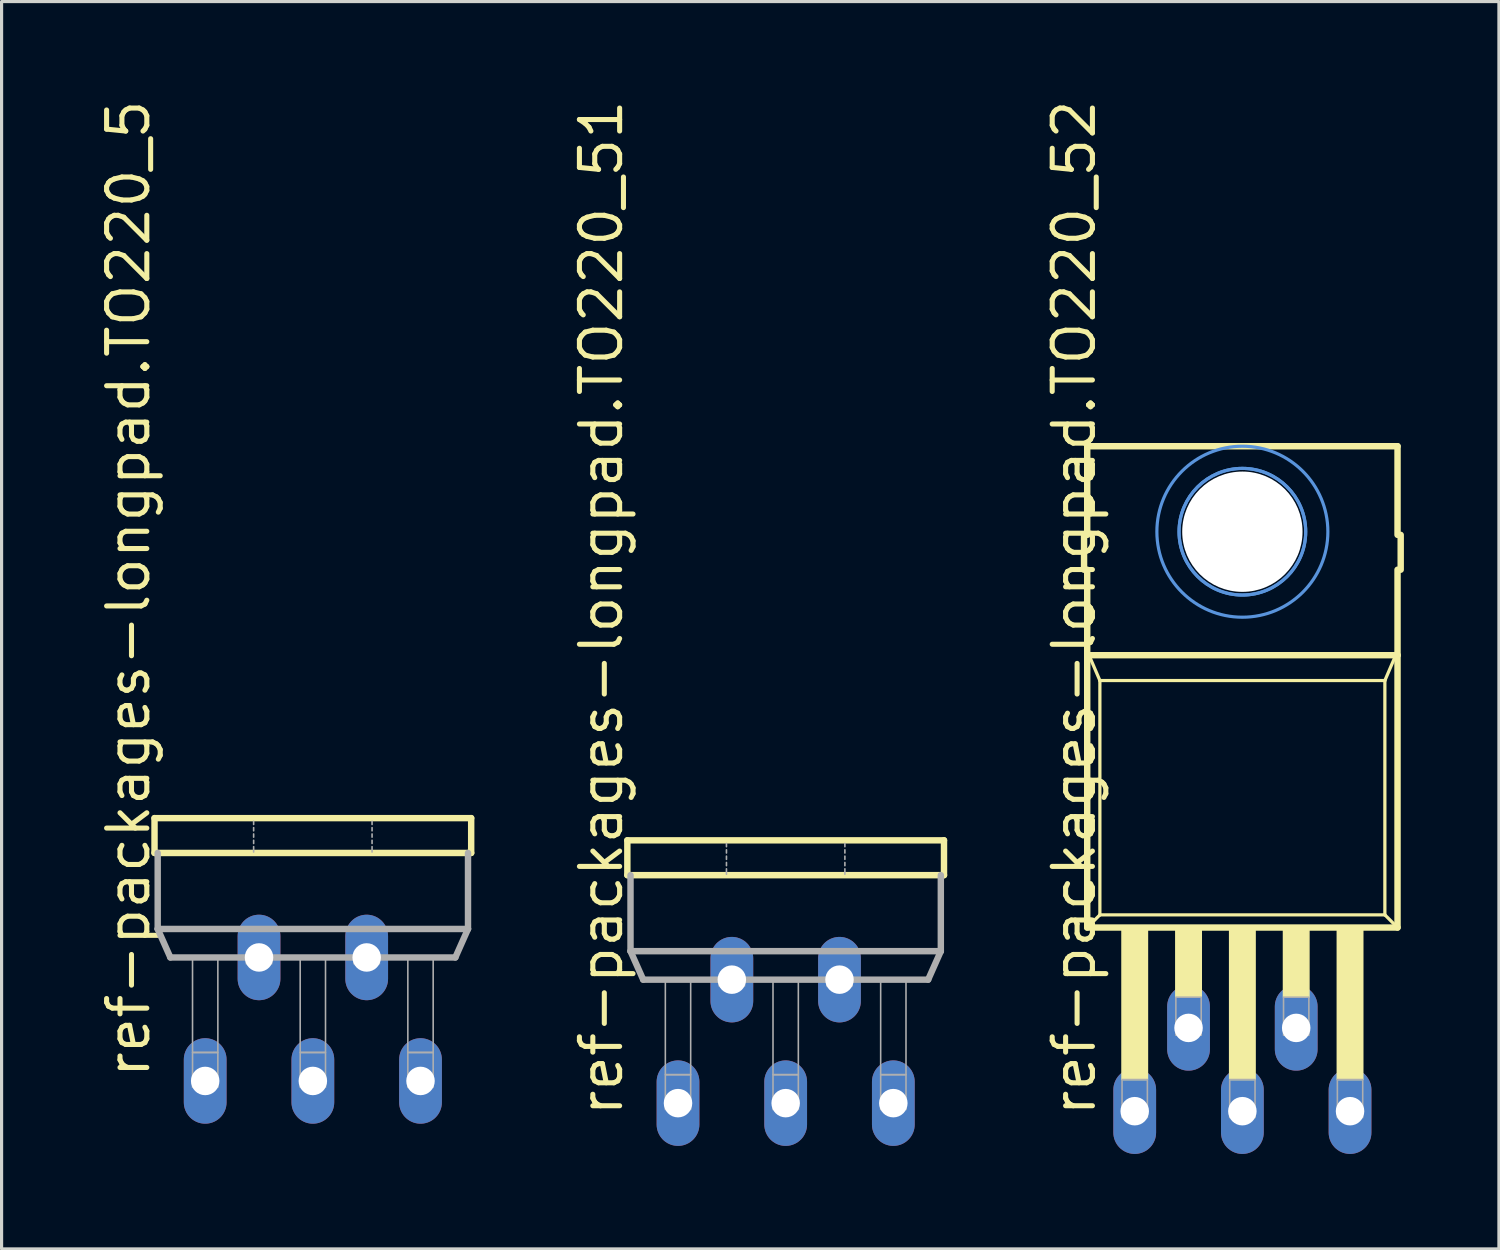
<source format=kicad_pcb>
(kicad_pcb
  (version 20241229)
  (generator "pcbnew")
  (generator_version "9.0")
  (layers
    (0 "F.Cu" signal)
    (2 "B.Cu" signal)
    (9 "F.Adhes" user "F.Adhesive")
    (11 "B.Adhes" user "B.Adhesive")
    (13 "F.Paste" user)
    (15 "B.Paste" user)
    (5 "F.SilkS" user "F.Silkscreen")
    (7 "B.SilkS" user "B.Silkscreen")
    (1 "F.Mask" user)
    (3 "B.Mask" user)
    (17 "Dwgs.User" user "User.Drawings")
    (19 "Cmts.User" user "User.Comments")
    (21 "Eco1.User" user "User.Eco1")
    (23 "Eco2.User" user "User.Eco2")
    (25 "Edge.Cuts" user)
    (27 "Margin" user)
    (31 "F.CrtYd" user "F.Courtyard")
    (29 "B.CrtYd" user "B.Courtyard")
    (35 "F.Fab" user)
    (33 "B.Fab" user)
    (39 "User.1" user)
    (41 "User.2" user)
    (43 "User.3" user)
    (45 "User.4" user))
  (footprint "ref-packages-longpad.TO220_52"
    (layer "F.Cu")
    (at 36.185 10.942)
    (property "Reference" "ref-packages-longpad.TO220_52" (at -4.572 21.336 90) (layer "F.SilkS") (effects (font (size 1.27 1.27) (thickness 0.16)) (justify left bottom)))
    (attr through_hole)
    (fp_line (start -5 2.9) (end -5 4) (stroke (width 0.203) (type default)) (layer "F.SilkS"))
    (fp_line (start -4.9 0.1) (end -4.9 2.9) (stroke (width 0.203) (type default)) (layer "F.SilkS"))
    (fp_line (start -4.9 4) (end -4.9 6.7) (stroke (width 0.203) (type default)) (layer "F.SilkS"))
    (fp_line (start -4.9 6.7) (end -4.9 15.3) (stroke (width 0.203) (type default)) (layer "F.SilkS"))
    (fp_line (start -4.9 6.7) (end 4.9 6.7) (stroke (width 0.203) (type default)) (layer "F.SilkS"))
    (fp_line (start -4.9 15.3) (end -4.5 14.9) (stroke (width 0.102) (type default)) (layer "F.SilkS"))
    (fp_line (start -4.9 15.3) (end 4.9 15.3) (stroke (width 0.203) (type default)) (layer "F.SilkS"))
    (fp_line (start -4.5 7.5) (end -4.8 6.8) (stroke (width 0.102) (type default)) (layer "F.SilkS"))
    (fp_line (start -4.5 7.5) (end -4.5 14.9) (stroke (width 0.102) (type default)) (layer "F.SilkS"))
    (fp_line (start -4.5 14.9) (end 4.5 14.9) (stroke (width 0.102) (type default)) (layer "F.SilkS"))
    (fp_line (start 4.5 7.5) (end -4.5 7.5) (stroke (width 0.102) (type default)) (layer "F.SilkS"))
    (fp_line (start 4.5 7.5) (end 4.8 6.8) (stroke (width 0.102) (type default)) (layer "F.SilkS"))
    (fp_line (start 4.5 14.9) (end 4.5 7.5) (stroke (width 0.102) (type default)) (layer "F.SilkS"))
    (fp_line (start 4.5 14.9) (end 4.9 15.3) (stroke (width 0.102) (type default)) (layer "F.SilkS"))
    (fp_line (start 4.9 0.1) (end -4.9 0.1) (stroke (width 0.203) (type default)) (layer "F.SilkS"))
    (fp_line (start 4.9 2.9) (end 4.9 0.1) (stroke (width 0.203) (type default)) (layer "F.SilkS"))
    (fp_line (start 4.9 6.7) (end 4.9 4) (stroke (width 0.203) (type default)) (layer "F.SilkS"))
    (fp_line (start 4.9 15.3) (end 4.9 6.7) (stroke (width 0.203) (type default)) (layer "F.SilkS"))
    (fp_line (start 5 4) (end 5 2.9) (stroke (width 0.203) (type default)) (layer "F.SilkS"))
    (fp_rect (start -3.8 20.1) (end -3 15.3) (stroke (width 0.05) (type default)) (fill yes) (layer "F.SilkS"))
    (fp_rect (start -2.1 17.5) (end -1.3 15.3) (stroke (width 0.05) (type default)) (fill yes) (layer "F.SilkS"))
    (fp_rect (start -0.4 20.1) (end 0.4 15.3) (stroke (width 0.05) (type default)) (fill yes) (layer "F.SilkS"))
    (fp_rect (start 1.3 17.5) (end 2.1 15.3) (stroke (width 0.05) (type default)) (fill yes) (layer "F.SilkS"))
    (fp_rect (start 3 20.1) (end 3.8 15.3) (stroke (width 0.05) (type default)) (fill yes) (layer "F.SilkS"))
    (fp_circle (center 0 2.8) (end 2 2.8) (stroke (width 0.1) (type default)) (fill no) (layer "Cmts.User"))
    (fp_circle (center 0 2.8) (end 2 2.8) (stroke (width 0.1) (type default)) (fill no) (layer "Cmts.User"))
    (fp_circle (center 0 2.8) (end 2.7 2.8) (stroke (width 0.1) (type default)) (fill no) (layer "Cmts.User"))
    (fp_rect (start -3.8 21.3) (end -3 20.1) (stroke (width 0.05) (type default)) (fill no) (layer "F.Fab"))
    (fp_rect (start -2.1 18.7) (end -1.3 17.5) (stroke (width 0.05) (type default)) (fill no) (layer "F.Fab"))
    (fp_rect (start -0.4 21.3) (end 0.4 20.1) (stroke (width 0.05) (type default)) (fill no) (layer "F.Fab"))
    (fp_rect (start 1.3 18.7) (end 2.1 17.5) (stroke (width 0.05) (type default)) (fill no) (layer "F.Fab"))
    (fp_rect (start 3 21.3) (end 3.8 20.1) (stroke (width 0.05) (type default)) (fill no) (layer "F.Fab"))
    (pad "" np_thru_hole circle (at 0 2.8) (size 3.8 3.8) (drill 3.8) (layers "*.Cu" "*.Mask"))
    (pad "1" thru_hole oval (at -3.4 21.1 90) (size 2.7 1.35) (drill 0.9) (layers "*.Cu" "*.Mask"))
    (pad "2" thru_hole oval (at -1.7 18.47 90) (size 2.7 1.35) (drill 0.9) (layers "*.Cu" "*.Mask"))
    (pad "3" thru_hole oval (at 0 21.1 90) (size 2.7 1.35) (drill 0.9) (layers "*.Cu" "*.Mask"))
    (pad "4" thru_hole oval (at 1.7 18.47 90) (size 2.7 1.35) (drill 0.9) (layers "*.Cu" "*.Mask"))
    (pad "5" thru_hole oval (at 3.4 21.1 90) (size 2.7 1.35) (drill 0.9) (layers "*.Cu" "*.Mask")))
  (footprint "ref-packages-longpad.TO220_51"
    (layer "F.Cu")
    (at 21.762 23.388)
    (property "Reference" "ref-packages-longpad.TO220_51" (at -5.08 8.89 90) (layer "F.SilkS") (effects (font (size 1.27 1.27) (thickness 0.16)) (justify left bottom)))
    (attr through_hole)
    (fp_line (start -5 0.1) (end -5 1.2) (stroke (width 0.203) (type default)) (layer "F.SilkS"))
    (fp_line (start -5 1.2) (end 5 1.2) (stroke (width 0.203) (type default)) (layer "F.SilkS"))
    (fp_line (start 5 0.1) (end -5 0.1) (stroke (width 0.203) (type default)) (layer "F.SilkS"))
    (fp_line (start 5 1.2) (end 5 0.1) (stroke (width 0.203) (type default)) (layer "F.SilkS"))
    (fp_line (start -4.9 1.2) (end -4.9 3.6) (stroke (width 0.203) (type default)) (layer "F.Fab"))
    (fp_line (start -4.9 3.6) (end -4.5 4.5) (stroke (width 0.203) (type default)) (layer "F.Fab"))
    (fp_line (start -4.9 3.6) (end 4.9 3.6) (stroke (width 0.203) (type default)) (layer "F.Fab"))
    (fp_line (start -4.5 4.5) (end 4.5 4.5) (stroke (width 0.203) (type default)) (layer "F.Fab"))
    (fp_line (start -1.87 0.2) (end -1.87 0.3) (stroke (width 0.051) (type default)) (layer "F.Fab"))
    (fp_line (start -1.87 0.4) (end -1.87 0.5) (stroke (width 0.051) (type default)) (layer "F.Fab"))
    (fp_line (start -1.87 0.6) (end -1.87 0.7) (stroke (width 0.051) (type default)) (layer "F.Fab"))
    (fp_line (start -1.87 0.8) (end -1.87 0.9) (stroke (width 0.051) (type default)) (layer "F.Fab"))
    (fp_line (start -1.87 1) (end -1.87 1.17) (stroke (width 0.051) (type default)) (layer "F.Fab"))
    (fp_line (start 1.87 0.3) (end 1.87 0.2) (stroke (width 0.051) (type default)) (layer "F.Fab"))
    (fp_line (start 1.87 0.5) (end 1.87 0.4) (stroke (width 0.051) (type default)) (layer "F.Fab"))
    (fp_line (start 1.87 0.7) (end 1.87 0.6) (stroke (width 0.051) (type default)) (layer "F.Fab"))
    (fp_line (start 1.87 0.9) (end 1.87 0.8) (stroke (width 0.051) (type default)) (layer "F.Fab"))
    (fp_line (start 1.87 1.17) (end 1.87 1) (stroke (width 0.051) (type default)) (layer "F.Fab"))
    (fp_line (start 4.5 4.5) (end 4.9 3.6) (stroke (width 0.203) (type default)) (layer "F.Fab"))
    (fp_line (start 4.9 3.6) (end 4.9 1.2) (stroke (width 0.203) (type default)) (layer "F.Fab"))
    (fp_rect (start -3.8 7.5) (end -3 4.5) (stroke (width 0.05) (type default)) (fill no) (layer "F.Fab"))
    (fp_rect (start -3.8 8.6) (end -3 7.5) (stroke (width 0.05) (type default)) (fill no) (layer "F.Fab"))
    (fp_rect (start -2.1 4.7) (end -1.3 4.5) (stroke (width 0.05) (type default)) (fill no) (layer "F.Fab"))
    (fp_rect (start -0.4 7.5) (end 0.4 4.5) (stroke (width 0.05) (type default)) (fill no) (layer "F.Fab"))
    (fp_rect (start -0.4 8.6) (end 0.4 7.5) (stroke (width 0.05) (type default)) (fill no) (layer "F.Fab"))
    (fp_rect (start 1.3 4.7) (end 2.1 4.5) (stroke (width 0.05) (type default)) (fill no) (layer "F.Fab"))
    (fp_rect (start 3 7.5) (end 3.8 4.5) (stroke (width 0.05) (type default)) (fill no) (layer "F.Fab"))
    (fp_rect (start 3 8.6) (end 3.8 7.5) (stroke (width 0.05) (type default)) (fill no) (layer "F.Fab"))
    (pad "1" thru_hole oval (at -3.4 8.4 90) (size 2.7 1.35) (drill 0.9) (layers "*.Cu" "*.Mask"))
    (pad "2" thru_hole oval (at -1.7 4.5 90) (size 2.7 1.35) (drill 0.9) (layers "*.Cu" "*.Mask"))
    (pad "3" thru_hole oval (at 0 8.4 90) (size 2.7 1.35) (drill 0.9) (layers "*.Cu" "*.Mask"))
    (pad "4" thru_hole oval (at 1.7 4.5 90) (size 2.7 1.35) (drill 0.9) (layers "*.Cu" "*.Mask"))
    (pad "5" thru_hole oval (at 3.4 8.4 90) (size 2.7 1.35) (drill 0.9) (layers "*.Cu" "*.Mask")))
  (footprint "ref-packages-longpad.TO220_5"
    (layer "F.Cu")
    (at 6.83 22.687)
    (property "Reference" "ref-packages-longpad.TO220_5" (at -5.08 8.382 90) (layer "F.SilkS") (effects (font (size 1.27 1.27) (thickness 0.16)) (justify left bottom)))
    (attr through_hole)
    (fp_line (start -5 0.1) (end -5 1.2) (stroke (width 0.203) (type default)) (layer "F.SilkS"))
    (fp_line (start -5 1.2) (end 5 1.2) (stroke (width 0.203) (type default)) (layer "F.SilkS"))
    (fp_line (start 5 0.1) (end -5 0.1) (stroke (width 0.203) (type default)) (layer "F.SilkS"))
    (fp_line (start 5 1.2) (end 5 0.1) (stroke (width 0.203) (type default)) (layer "F.SilkS"))
    (fp_line (start -4.9 1.2) (end -4.9 3.6) (stroke (width 0.203) (type default)) (layer "F.Fab"))
    (fp_line (start -4.9 3.6) (end -4.5 4.5) (stroke (width 0.203) (type default)) (layer "F.Fab"))
    (fp_line (start -4.9 3.6) (end 4.9 3.6) (stroke (width 0.203) (type default)) (layer "F.Fab"))
    (fp_line (start -4.5 4.5) (end 4.5 4.5) (stroke (width 0.203) (type default)) (layer "F.Fab"))
    (fp_line (start -1.87 0.2) (end -1.87 0.3) (stroke (width 0.051) (type default)) (layer "F.Fab"))
    (fp_line (start -1.87 0.4) (end -1.87 0.5) (stroke (width 0.051) (type default)) (layer "F.Fab"))
    (fp_line (start -1.87 0.6) (end -1.87 0.7) (stroke (width 0.051) (type default)) (layer "F.Fab"))
    (fp_line (start -1.87 0.8) (end -1.87 0.9) (stroke (width 0.051) (type default)) (layer "F.Fab"))
    (fp_line (start -1.87 1) (end -1.87 1.17) (stroke (width 0.051) (type default)) (layer "F.Fab"))
    (fp_line (start 1.87 0.3) (end 1.87 0.2) (stroke (width 0.051) (type default)) (layer "F.Fab"))
    (fp_line (start 1.87 0.5) (end 1.87 0.4) (stroke (width 0.051) (type default)) (layer "F.Fab"))
    (fp_line (start 1.87 0.7) (end 1.87 0.6) (stroke (width 0.051) (type default)) (layer "F.Fab"))
    (fp_line (start 1.87 0.9) (end 1.87 0.8) (stroke (width 0.051) (type default)) (layer "F.Fab"))
    (fp_line (start 1.87 1.17) (end 1.87 1) (stroke (width 0.051) (type default)) (layer "F.Fab"))
    (fp_line (start 4.5 4.5) (end 4.9 3.6) (stroke (width 0.203) (type default)) (layer "F.Fab"))
    (fp_line (start 4.9 3.6) (end 4.9 1.2) (stroke (width 0.203) (type default)) (layer "F.Fab"))
    (fp_rect (start -3.8 7.5) (end -3 4.5) (stroke (width 0.05) (type default)) (fill no) (layer "F.Fab"))
    (fp_rect (start -3.8 8.6) (end -3 7.5) (stroke (width 0.05) (type default)) (fill no) (layer "F.Fab"))
    (fp_rect (start -2.1 4.7) (end -1.3 4.5) (stroke (width 0.05) (type default)) (fill no) (layer "F.Fab"))
    (fp_rect (start -0.4 7.5) (end 0.4 4.5) (stroke (width 0.05) (type default)) (fill no) (layer "F.Fab"))
    (fp_rect (start -0.4 8.6) (end 0.4 7.5) (stroke (width 0.05) (type default)) (fill no) (layer "F.Fab"))
    (fp_rect (start 1.3 4.7) (end 2.1 4.5) (stroke (width 0.05) (type default)) (fill no) (layer "F.Fab"))
    (fp_rect (start 3 7.5) (end 3.8 4.5) (stroke (width 0.05) (type default)) (fill no) (layer "F.Fab"))
    (fp_rect (start 3 8.6) (end 3.8 7.5) (stroke (width 0.05) (type default)) (fill no) (layer "F.Fab"))
    (pad "1" thru_hole oval (at -3.4 8.4 90) (size 2.7 1.35) (drill 0.9) (layers "*.Cu" "*.Mask"))
    (pad "2" thru_hole oval (at -1.7 4.5 90) (size 2.7 1.35) (drill 0.9) (layers "*.Cu" "*.Mask"))
    (pad "3" thru_hole oval (at 0 8.4 90) (size 2.7 1.35) (drill 0.9) (layers "*.Cu" "*.Mask"))
    (pad "4" thru_hole oval (at 1.7 4.5 90) (size 2.7 1.35) (drill 0.9) (layers "*.Cu" "*.Mask"))
    (pad "5" thru_hole oval (at 3.4 8.4 90) (size 2.7 1.35) (drill 0.9) (layers "*.Cu" "*.Mask")))
  (gr_rect
    (start -3 -3)
    (end 44.287 36.392)
    (stroke (width 0.1) (type default))
    (fill no)
    (layer "Edge.Cuts")))
</source>
